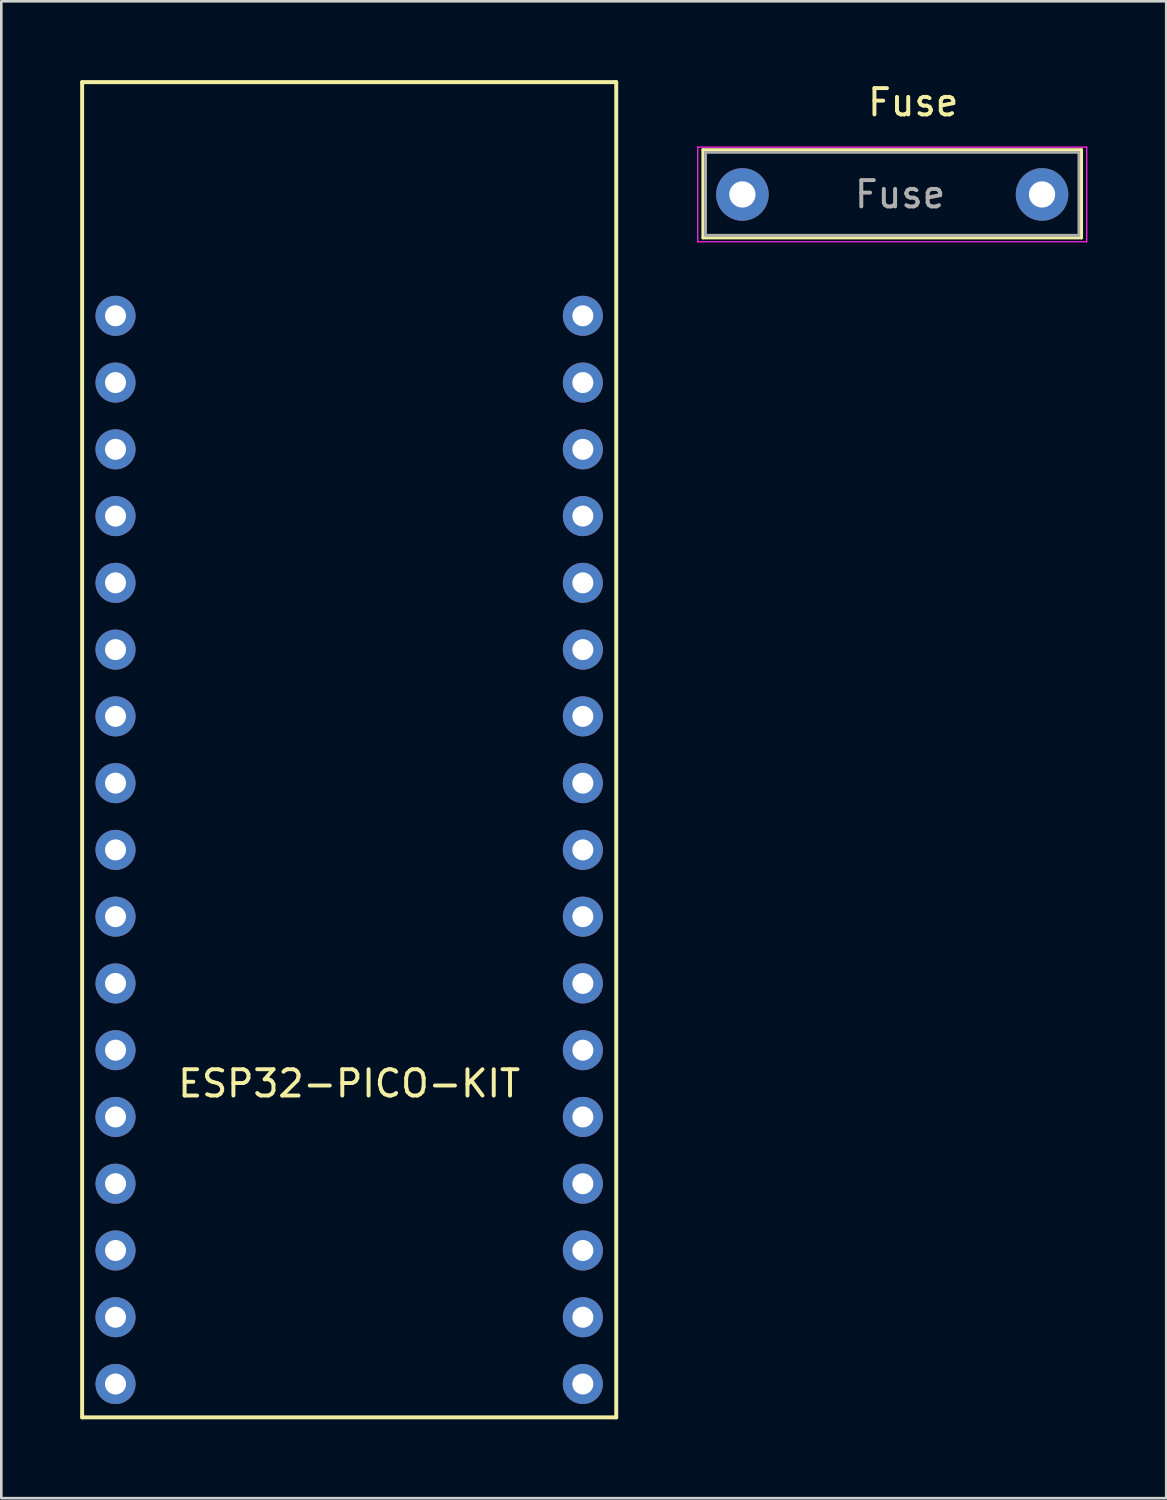
<source format=kicad_pcb>
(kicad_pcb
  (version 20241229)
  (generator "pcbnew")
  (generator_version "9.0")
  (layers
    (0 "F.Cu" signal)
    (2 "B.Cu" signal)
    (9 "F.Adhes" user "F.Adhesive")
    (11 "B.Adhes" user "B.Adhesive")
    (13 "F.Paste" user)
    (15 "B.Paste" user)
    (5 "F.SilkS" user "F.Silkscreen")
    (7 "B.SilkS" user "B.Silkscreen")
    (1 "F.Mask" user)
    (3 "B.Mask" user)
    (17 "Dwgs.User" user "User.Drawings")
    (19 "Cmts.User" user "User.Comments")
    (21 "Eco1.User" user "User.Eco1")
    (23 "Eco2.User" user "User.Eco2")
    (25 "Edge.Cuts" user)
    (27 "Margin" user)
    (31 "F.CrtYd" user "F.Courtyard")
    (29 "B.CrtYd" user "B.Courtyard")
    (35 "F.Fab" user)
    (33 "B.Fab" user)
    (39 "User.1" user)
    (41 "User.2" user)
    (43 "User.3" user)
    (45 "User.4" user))
  (footprint "ESP32-PICO-KIT"
    (layer "F.Cu")
    (at 10.235 25.475)
    (property "Reference" "ESP32-PICO-KIT" (at 0 12.7 0) (layer "F.SilkS") (effects (font (size 1 1) (thickness 0.15))))
    (attr through_hole)
    (fp_line (start -10.16 -25.4) (end -10.16 25.4) (stroke (width 0.15) (type solid)) (layer "F.SilkS"))
    (fp_line (start -10.16 25.4) (end 10.16 25.4) (stroke (width 0.15) (type solid)) (layer "F.SilkS"))
    (fp_line (start 10.16 -25.4) (end -10.16 -25.4) (stroke (width 0.15) (type solid)) (layer "F.SilkS"))
    (fp_line (start 10.16 25.4) (end 10.16 -25.4) (stroke (width 0.15) (type solid)) (layer "F.SilkS"))
    (pad "4" thru_hole circle (at 8.89 -16.51) (size 1.524 1.524) (drill 0.8) (layers "*.Cu" "*.Mask"))
    (pad "5" thru_hole circle (at 8.89 -13.97) (size 1.524 1.524) (drill 0.8) (layers "*.Cu" "*.Mask"))
    (pad "6" thru_hole circle (at 8.89 -11.43) (size 1.524 1.524) (drill 0.8) (layers "*.Cu" "*.Mask"))
    (pad "7" thru_hole circle (at 8.89 -8.89) (size 1.524 1.524) (drill 0.8) (layers "*.Cu" "*.Mask"))
    (pad "8" thru_hole circle (at 8.89 -6.35) (size 1.524 1.524) (drill 0.8) (layers "*.Cu" "*.Mask"))
    (pad "9" thru_hole circle (at 8.89 -3.81) (size 1.524 1.524) (drill 0.8) (layers "*.Cu" "*.Mask"))
    (pad "10" thru_hole circle (at 8.89 -1.27) (size 1.524 1.524) (drill 0.8) (layers "*.Cu" "*.Mask"))
    (pad "11" thru_hole circle (at 8.89 1.27) (size 1.524 1.524) (drill 0.8) (layers "*.Cu" "*.Mask"))
    (pad "12" thru_hole circle (at 8.89 3.81) (size 1.524 1.524) (drill 0.8) (layers "*.Cu" "*.Mask"))
    (pad "13" thru_hole circle (at 8.89 6.35) (size 1.524 1.524) (drill 0.8) (layers "*.Cu" "*.Mask"))
    (pad "14" thru_hole circle (at 8.89 8.89) (size 1.524 1.524) (drill 0.8) (layers "*.Cu" "*.Mask"))
    (pad "15" thru_hole circle (at 8.89 11.43) (size 1.524 1.524) (drill 0.8) (layers "*.Cu" "*.Mask"))
    (pad "16" thru_hole circle (at 8.89 13.97) (size 1.524 1.524) (drill 0.8) (layers "*.Cu" "*.Mask"))
    (pad "17" thru_hole circle (at 8.89 16.51) (size 1.524 1.524) (drill 0.8) (layers "*.Cu" "*.Mask"))
    (pad "18" thru_hole circle (at 8.89 19.05) (size 1.524 1.524) (drill 0.8) (layers "*.Cu" "*.Mask"))
    (pad "19" thru_hole circle (at 8.89 21.59) (size 1.524 1.524) (drill 0.8) (layers "*.Cu" "*.Mask"))
    (pad "20" thru_hole circle (at 8.89 24.13) (size 1.524 1.524) (drill 0.8) (layers "*.Cu" "*.Mask"))
    (pad "24" thru_hole circle (at -8.89 -16.51) (size 1.524 1.524) (drill 0.8) (layers "*.Cu" "*.Mask"))
    (pad "25" thru_hole circle (at -8.89 -13.97) (size 1.524 1.524) (drill 0.8) (layers "*.Cu" "*.Mask"))
    (pad "26" thru_hole circle (at -8.89 -11.43) (size 1.524 1.524) (drill 0.8) (layers "*.Cu" "*.Mask"))
    (pad "27" thru_hole circle (at -8.89 -8.89) (size 1.524 1.524) (drill 0.8) (layers "*.Cu" "*.Mask"))
    (pad "28" thru_hole circle (at -8.89 -6.35) (size 1.524 1.524) (drill 0.8) (layers "*.Cu" "*.Mask"))
    (pad "29" thru_hole circle (at -8.89 -3.81) (size 1.524 1.524) (drill 0.8) (layers "*.Cu" "*.Mask"))
    (pad "30" thru_hole circle (at -8.89 -1.27) (size 1.524 1.524) (drill 0.8) (layers "*.Cu" "*.Mask"))
    (pad "31" thru_hole circle (at -8.89 1.27) (size 1.524 1.524) (drill 0.8) (layers "*.Cu" "*.Mask"))
    (pad "32" thru_hole circle (at -8.89 3.81) (size 1.524 1.524) (drill 0.8) (layers "*.Cu" "*.Mask"))
    (pad "33" thru_hole circle (at -8.89 6.35) (size 1.524 1.524) (drill 0.8) (layers "*.Cu" "*.Mask"))
    (pad "34" thru_hole circle (at -8.89 8.89) (size 1.524 1.524) (drill 0.8) (layers "*.Cu" "*.Mask"))
    (pad "35" thru_hole circle (at -8.89 11.43) (size 1.524 1.524) (drill 0.8) (layers "*.Cu" "*.Mask"))
    (pad "36" thru_hole circle (at -8.89 13.97) (size 1.524 1.524) (drill 0.8) (layers "*.Cu" "*.Mask"))
    (pad "37" thru_hole circle (at -8.89 16.51) (size 1.524 1.524) (drill 0.8) (layers "*.Cu" "*.Mask"))
    (pad "38" thru_hole circle (at -8.89 19.05) (size 1.524 1.524) (drill 0.8) (layers "*.Cu" "*.Mask"))
    (pad "39" thru_hole circle (at -8.89 21.59) (size 1.524 1.524) (drill 0.8) (layers "*.Cu" "*.Mask"))
    (pad "40" thru_hole circle (at -8.89 24.13) (size 1.524 1.524) (drill 0.8) (layers "*.Cu" "*.Mask")))
  (footprint "Fuse"
    (layer "F.Cu")
    (at 25.195 4.348)
    (property "Reference" "Fuse" (at 6.5 -3.5 0) (layer "F.SilkS") (effects (font (size 1 1) (thickness 0.15))))
    (attr through_hole)
    (fp_line (start -1.5 -1.7) (end -1.5 1.65) (stroke (width 0.12) (type solid)) (layer "F.SilkS"))
    (fp_line (start -1.5 -1.7) (end 12.9 -1.7) (stroke (width 0.12) (type solid)) (layer "F.SilkS"))
    (fp_line (start 12.9 1.65) (end -1.5 1.65) (stroke (width 0.12) (type solid)) (layer "F.SilkS"))
    (fp_line (start 12.9 1.65) (end 12.9 -1.7) (stroke (width 0.12) (type solid)) (layer "F.SilkS"))
    (fp_line (start -1.7 -1.8) (end -1.7 1.8) (stroke (width 0.05) (type solid)) (layer "F.CrtYd"))
    (fp_line (start -1.7 -1.8) (end 13.1 -1.8) (stroke (width 0.05) (type solid)) (layer "F.CrtYd"))
    (fp_line (start 13.1 1.8) (end -1.7 1.8) (stroke (width 0.05) (type solid)) (layer "F.CrtYd"))
    (fp_line (start 13.1 1.8) (end 13.1 -1.8) (stroke (width 0.05) (type solid)) (layer "F.CrtYd"))
    (fp_line (start -1.4 -1.6) (end -1.4 1.55) (stroke (width 0.1) (type solid)) (layer "F.Fab"))
    (fp_line (start -1.4 1.55) (end 12.8 1.55) (stroke (width 0.1) (type solid)) (layer "F.Fab"))
    (fp_line (start 12.8 -1.6) (end -1.4 -1.6) (stroke (width 0.1) (type solid)) (layer "F.Fab"))
    (fp_line (start 12.8 1.55) (end 12.8 -1.6) (stroke (width 0.1) (type solid)) (layer "F.Fab"))
    (fp_text user "${REFERENCE}" (at 6 0 0) (layer "F.Fab") (effects (font (size 1 1) (thickness 0.15))))
    (pad "1" thru_hole circle (at 0 0) (size 2 2) (drill 1) (layers "*.Cu" "*.Mask"))
    (pad "2" thru_hole circle (at 11.4 0) (size 2 2) (drill 1) (layers "*.Cu" "*.Mask")))
  (gr_rect
    (start -3 -3)
    (end 41.32 53.95)
    (stroke (width 0.1) (type default))
    (fill no)
    (layer "Edge.Cuts")))
</source>
